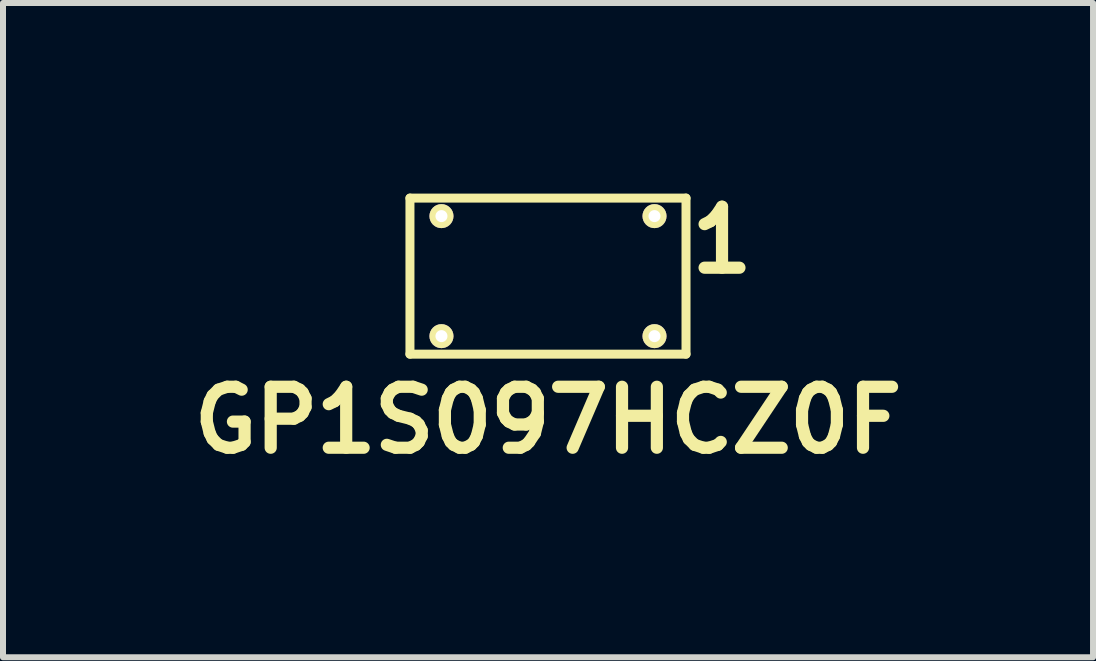
<source format=kicad_pcb>
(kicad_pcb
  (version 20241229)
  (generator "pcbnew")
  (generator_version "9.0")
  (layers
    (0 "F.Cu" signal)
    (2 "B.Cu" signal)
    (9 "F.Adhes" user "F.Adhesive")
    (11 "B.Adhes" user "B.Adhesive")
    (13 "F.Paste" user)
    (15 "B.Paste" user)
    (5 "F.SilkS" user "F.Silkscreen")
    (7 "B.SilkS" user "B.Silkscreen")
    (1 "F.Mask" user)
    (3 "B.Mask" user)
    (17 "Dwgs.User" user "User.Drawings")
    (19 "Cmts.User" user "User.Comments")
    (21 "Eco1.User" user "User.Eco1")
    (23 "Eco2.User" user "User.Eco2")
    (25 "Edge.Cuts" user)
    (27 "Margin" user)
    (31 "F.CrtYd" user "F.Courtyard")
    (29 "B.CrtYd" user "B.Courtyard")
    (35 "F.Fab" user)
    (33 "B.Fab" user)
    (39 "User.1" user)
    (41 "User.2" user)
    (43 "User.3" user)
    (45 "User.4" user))
  (footprint "GP1S097HCZ0F"
    (layer "F.Cu")
    (at 6.081 1.551)
    (property "Reference" "GP1S097HCZ0F" (at 0 2.4 0) (layer "F.SilkS") (effects (font (size 1.016 1.016) (thickness 0.203))))
    (attr through_hole)
    (fp_line (start -2.3 -1.3) (end 2.3 -1.3) (stroke (width 0.15) (type solid)) (layer "F.SilkS"))
    (fp_line (start -2.3 1.3) (end -2.3 -1.3) (stroke (width 0.15) (type solid)) (layer "F.SilkS"))
    (fp_line (start 2.3 -1.3) (end 2.3 1.3) (stroke (width 0.15) (type solid)) (layer "F.SilkS"))
    (fp_line (start 2.3 1.3) (end -2.3 1.3) (stroke (width 0.15) (type solid)) (layer "F.SilkS"))
    (fp_text user "1" (at 2.9 -0.6 0) (layer "F.SilkS") (effects (font (size 1.016 1.016) (thickness 0.203))))
    (pad "1" thru_hole circle (at 1.775 -1) (size 0.4 0.4) (drill 0.2) (layers "*.Cu" "*.Mask" "F.SilkS"))
    (pad "2" thru_hole circle (at -1.775 -1) (size 0.4 0.4) (drill 0.2) (layers "*.Cu" "*.Mask" "F.SilkS"))
    (pad "3" thru_hole circle (at -1.775 1) (size 0.4 0.4) (drill 0.2) (layers "*.Cu" "*.Mask" "F.SilkS"))
    (pad "4" thru_hole circle (at 1.775 1) (size 0.4 0.4) (drill 0.2) (layers "*.Cu" "*.Mask" "F.SilkS")))
  (gr_rect
    (start -3 -3)
    (end 15.163 7.902)
    (stroke (width 0.1) (type default))
    (fill no)
    (layer "Edge.Cuts")))
</source>
